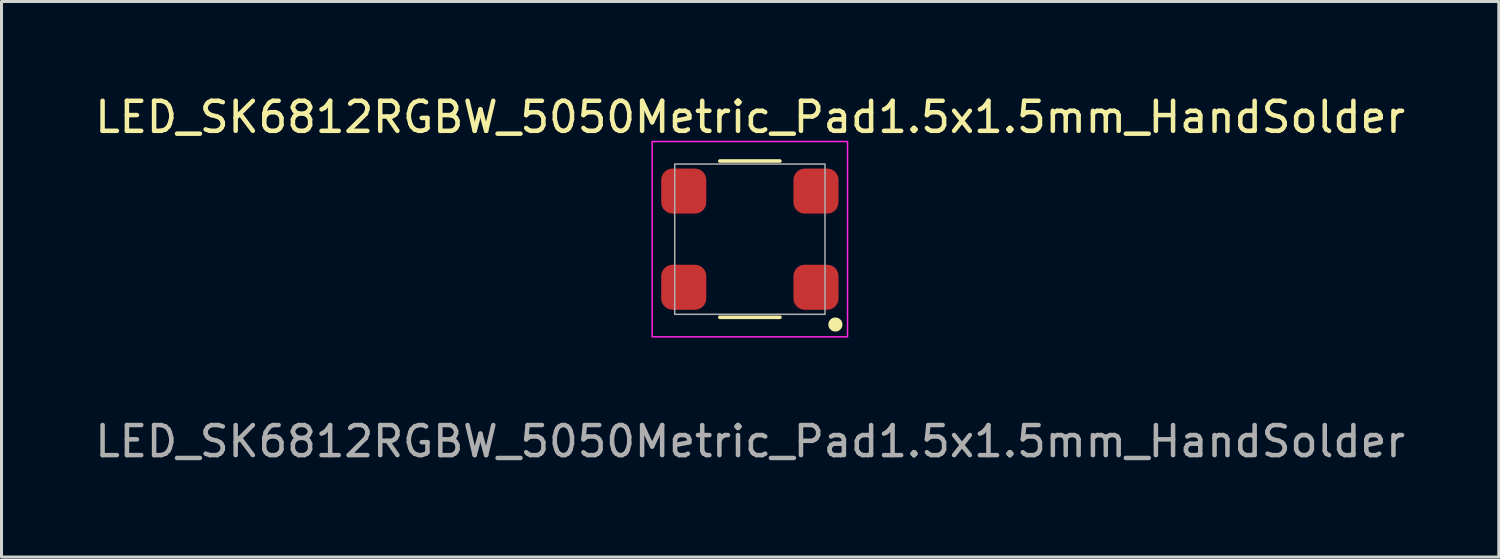
<source format=kicad_pcb>
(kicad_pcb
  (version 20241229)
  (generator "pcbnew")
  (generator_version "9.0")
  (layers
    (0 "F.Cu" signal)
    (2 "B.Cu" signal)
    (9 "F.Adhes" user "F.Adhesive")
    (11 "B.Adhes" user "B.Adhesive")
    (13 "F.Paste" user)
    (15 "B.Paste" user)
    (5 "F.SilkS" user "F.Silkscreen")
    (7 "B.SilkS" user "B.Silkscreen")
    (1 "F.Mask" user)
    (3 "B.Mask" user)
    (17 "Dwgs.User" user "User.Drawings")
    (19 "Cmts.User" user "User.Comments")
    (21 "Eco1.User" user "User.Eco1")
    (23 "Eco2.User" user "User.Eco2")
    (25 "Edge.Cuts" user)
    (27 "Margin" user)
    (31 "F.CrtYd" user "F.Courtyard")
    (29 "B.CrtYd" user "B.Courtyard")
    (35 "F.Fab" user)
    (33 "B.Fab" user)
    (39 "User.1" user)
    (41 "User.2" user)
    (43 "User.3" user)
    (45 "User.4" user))
  (footprint "LED_SK6812RGBW_5050Metric_Pad1.5x1.5mm_HandSolder"
    (layer "F.Cu")
    (at 21.901 4.908)
    (property "Reference" "LED_SK6812RGBW_5050Metric_Pad1.5x1.5mm_HandSolder" (at 0.01 -4.06 0) (unlocked yes) (layer "F.SilkS") (effects (font (size 1 1) (thickness 0.15))))
    (attr smd)
    (fp_line (start -1 -2.6) (end 1 -2.6) (stroke (width 0.12) (type solid)) (layer "F.SilkS"))
    (fp_line (start -1 2.6) (end 1 2.6) (stroke (width 0.12) (type solid)) (layer "F.SilkS"))
    (fp_circle (center 2.846 2.84) (end 3.02 2.85) (stroke (width 0.12) (type solid)) (fill yes) (layer "F.SilkS"))
    (fp_rect (start -3.25 -3.25) (end 3.25 3.25) (stroke (width 0.05) (type solid)) (fill no) (layer "F.CrtYd"))
    (fp_rect (start -2.5 -2.5) (end 2.5 2.5) (stroke (width 0.05) (type solid)) (fill no) (layer "F.Fab"))
    (fp_text user "${REFERENCE}" (at 0.01 6.73 0) (unlocked yes) (layer "F.Fab") (effects (font (size 1 1) (thickness 0.15))))
    (pad "1" smd roundrect (at -2.2 -1.6) (size 1.5 1.5) (layers "F.Cu" "F.Mask" "F.Paste") (roundrect_rratio 0.25))
    (pad "2" smd roundrect (at -2.2 1.6) (size 1.5 1.5) (layers "F.Cu" "F.Mask" "F.Paste") (roundrect_rratio 0.25))
    (pad "3" smd roundrect (at 2.2 1.6) (size 1.5 1.5) (layers "F.Cu" "F.Mask" "F.Paste") (roundrect_rratio 0.25))
    (pad "4" smd roundrect (at 2.2 -1.6) (size 1.5 1.5) (layers "F.Cu" "F.Mask" "F.Paste") (roundrect_rratio 0.25)))
  (gr_rect
    (start -3 -3)
    (end 46.821 15.486)
    (stroke (width 0.1) (type default))
    (fill no)
    (layer "Edge.Cuts")))
</source>
